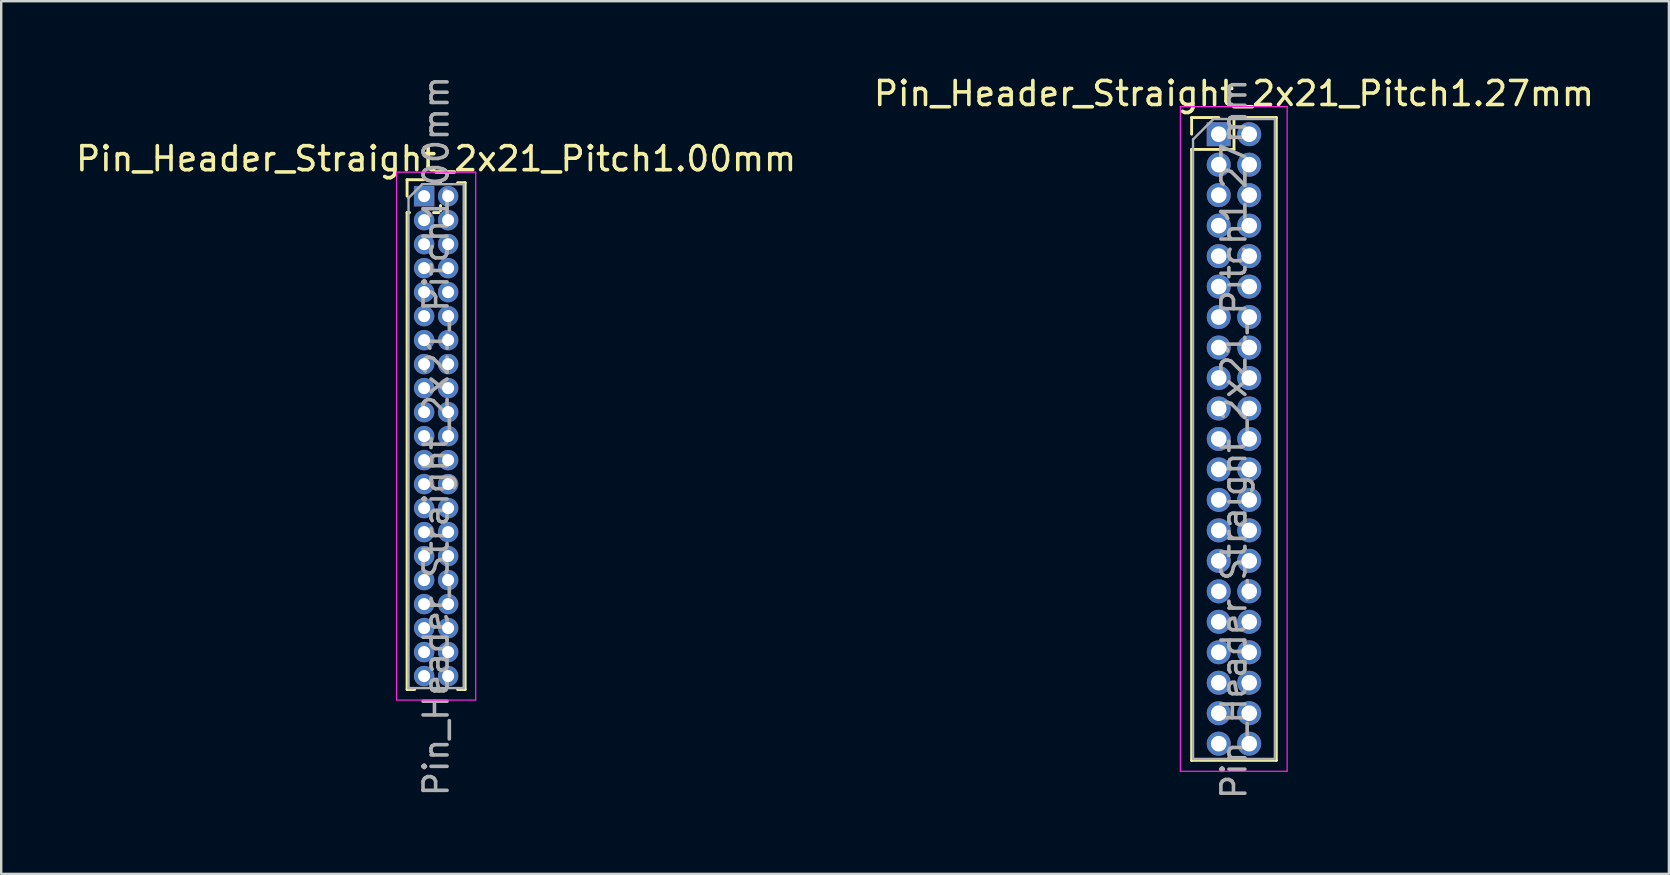
<source format=kicad_pcb>
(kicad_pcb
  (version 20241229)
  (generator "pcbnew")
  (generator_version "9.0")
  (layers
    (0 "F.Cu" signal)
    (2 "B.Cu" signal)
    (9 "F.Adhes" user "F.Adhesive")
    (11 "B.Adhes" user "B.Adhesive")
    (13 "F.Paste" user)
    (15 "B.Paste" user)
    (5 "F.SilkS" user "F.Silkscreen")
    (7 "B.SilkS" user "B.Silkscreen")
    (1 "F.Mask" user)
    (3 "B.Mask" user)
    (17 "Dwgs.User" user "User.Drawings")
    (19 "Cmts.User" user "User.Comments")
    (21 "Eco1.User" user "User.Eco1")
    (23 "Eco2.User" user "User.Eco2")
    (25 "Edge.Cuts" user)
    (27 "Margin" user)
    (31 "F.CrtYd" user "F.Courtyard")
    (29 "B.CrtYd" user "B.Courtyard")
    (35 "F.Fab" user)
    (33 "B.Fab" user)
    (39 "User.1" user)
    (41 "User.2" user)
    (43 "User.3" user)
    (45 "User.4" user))
  (footprint "Pin_Header_Straight_2x21_Pitch1.27mm"
    (layer "F.Cu")
    (at 47.74 2.543)
    (property "Reference" "Pin_Header_Straight_2x21_Pitch1.27mm" (at 0.635 -1.695 0) (layer "F.SilkS") (effects (font (size 1 1) (thickness 0.15))))
    (attr through_hole)
    (fp_line (start -1.13 -0.695) (end 0 -0.695) (stroke (width 0.12) (type solid)) (layer "F.SilkS"))
    (fp_line (start -1.13 0) (end -1.13 -0.695) (stroke (width 0.12) (type solid)) (layer "F.SilkS"))
    (fp_line (start -1.13 0.635) (end -1.13 26.095) (stroke (width 0.12) (type solid)) (layer "F.SilkS"))
    (fp_line (start -1.13 26.095) (end 2.4 26.095) (stroke (width 0.12) (type solid)) (layer "F.SilkS"))
    (fp_line (start 0.635 -0.695) (end 0.635 0.635) (stroke (width 0.12) (type solid)) (layer "F.SilkS"))
    (fp_line (start 0.635 0.635) (end -1.13 0.635) (stroke (width 0.12) (type solid)) (layer "F.SilkS"))
    (fp_line (start 2.4 -0.695) (end 0.635 -0.695) (stroke (width 0.12) (type solid)) (layer "F.SilkS"))
    (fp_line (start 2.4 26.095) (end 2.4 -0.695) (stroke (width 0.12) (type solid)) (layer "F.SilkS"))
    (fp_line (start -1.6 -1.15) (end -1.6 26.55) (stroke (width 0.05) (type solid)) (layer "F.CrtYd"))
    (fp_line (start -1.6 26.55) (end 2.85 26.55) (stroke (width 0.05) (type solid)) (layer "F.CrtYd"))
    (fp_line (start 2.85 -1.15) (end -1.6 -1.15) (stroke (width 0.05) (type solid)) (layer "F.CrtYd"))
    (fp_line (start 2.85 26.55) (end 2.85 -1.15) (stroke (width 0.05) (type solid)) (layer "F.CrtYd"))
    (fp_line (start -1.07 0.217) (end -0.217 -0.635) (stroke (width 0.1) (type solid)) (layer "F.Fab"))
    (fp_line (start -1.07 26.035) (end -1.07 0.217) (stroke (width 0.1) (type solid)) (layer "F.Fab"))
    (fp_line (start -0.217 -0.635) (end 2.34 -0.635) (stroke (width 0.1) (type solid)) (layer "F.Fab"))
    (fp_line (start 2.34 -0.635) (end 2.34 26.035) (stroke (width 0.1) (type solid)) (layer "F.Fab"))
    (fp_line (start 2.34 26.035) (end -1.07 26.035) (stroke (width 0.1) (type solid)) (layer "F.Fab"))
    (fp_text user "${REFERENCE}" (at 0.635 12.7 90) (layer "F.Fab") (effects (font (size 1 1) (thickness 0.15))))
    (pad "1" thru_hole rect (at 0 0) (size 1 1) (drill 0.65) (layers "*.Cu" "*.Mask"))
    (pad "2" thru_hole oval (at 1.27 0) (size 1 1) (drill 0.65) (layers "*.Cu" "*.Mask"))
    (pad "3" thru_hole oval (at 0 1.27) (size 1 1) (drill 0.65) (layers "*.Cu" "*.Mask"))
    (pad "4" thru_hole oval (at 1.27 1.27) (size 1 1) (drill 0.65) (layers "*.Cu" "*.Mask"))
    (pad "5" thru_hole oval (at 0 2.54) (size 1 1) (drill 0.65) (layers "*.Cu" "*.Mask"))
    (pad "6" thru_hole oval (at 1.27 2.54) (size 1 1) (drill 0.65) (layers "*.Cu" "*.Mask"))
    (pad "7" thru_hole oval (at 0 3.81) (size 1 1) (drill 0.65) (layers "*.Cu" "*.Mask"))
    (pad "8" thru_hole oval (at 1.27 3.81) (size 1 1) (drill 0.65) (layers "*.Cu" "*.Mask"))
    (pad "9" thru_hole oval (at 0 5.08) (size 1 1) (drill 0.65) (layers "*.Cu" "*.Mask"))
    (pad "10" thru_hole oval (at 1.27 5.08) (size 1 1) (drill 0.65) (layers "*.Cu" "*.Mask"))
    (pad "11" thru_hole oval (at 0 6.35) (size 1 1) (drill 0.65) (layers "*.Cu" "*.Mask"))
    (pad "12" thru_hole oval (at 1.27 6.35) (size 1 1) (drill 0.65) (layers "*.Cu" "*.Mask"))
    (pad "13" thru_hole oval (at 0 7.62) (size 1 1) (drill 0.65) (layers "*.Cu" "*.Mask"))
    (pad "14" thru_hole oval (at 1.27 7.62) (size 1 1) (drill 0.65) (layers "*.Cu" "*.Mask"))
    (pad "15" thru_hole oval (at 0 8.89) (size 1 1) (drill 0.65) (layers "*.Cu" "*.Mask"))
    (pad "16" thru_hole oval (at 1.27 8.89) (size 1 1) (drill 0.65) (layers "*.Cu" "*.Mask"))
    (pad "17" thru_hole oval (at 0 10.16) (size 1 1) (drill 0.65) (layers "*.Cu" "*.Mask"))
    (pad "18" thru_hole oval (at 1.27 10.16) (size 1 1) (drill 0.65) (layers "*.Cu" "*.Mask"))
    (pad "19" thru_hole oval (at 0 11.43) (size 1 1) (drill 0.65) (layers "*.Cu" "*.Mask"))
    (pad "20" thru_hole oval (at 1.27 11.43) (size 1 1) (drill 0.65) (layers "*.Cu" "*.Mask"))
    (pad "21" thru_hole oval (at 0 12.7) (size 1 1) (drill 0.65) (layers "*.Cu" "*.Mask"))
    (pad "22" thru_hole oval (at 1.27 12.7) (size 1 1) (drill 0.65) (layers "*.Cu" "*.Mask"))
    (pad "23" thru_hole oval (at 0 13.97) (size 1 1) (drill 0.65) (layers "*.Cu" "*.Mask"))
    (pad "24" thru_hole oval (at 1.27 13.97) (size 1 1) (drill 0.65) (layers "*.Cu" "*.Mask"))
    (pad "25" thru_hole oval (at 0 15.24) (size 1 1) (drill 0.65) (layers "*.Cu" "*.Mask"))
    (pad "26" thru_hole oval (at 1.27 15.24) (size 1 1) (drill 0.65) (layers "*.Cu" "*.Mask"))
    (pad "27" thru_hole oval (at 0 16.51) (size 1 1) (drill 0.65) (layers "*.Cu" "*.Mask"))
    (pad "28" thru_hole oval (at 1.27 16.51) (size 1 1) (drill 0.65) (layers "*.Cu" "*.Mask"))
    (pad "29" thru_hole oval (at 0 17.78) (size 1 1) (drill 0.65) (layers "*.Cu" "*.Mask"))
    (pad "30" thru_hole oval (at 1.27 17.78) (size 1 1) (drill 0.65) (layers "*.Cu" "*.Mask"))
    (pad "31" thru_hole oval (at 0 19.05) (size 1 1) (drill 0.65) (layers "*.Cu" "*.Mask"))
    (pad "32" thru_hole oval (at 1.27 19.05) (size 1 1) (drill 0.65) (layers "*.Cu" "*.Mask"))
    (pad "33" thru_hole oval (at 0 20.32) (size 1 1) (drill 0.65) (layers "*.Cu" "*.Mask"))
    (pad "34" thru_hole oval (at 1.27 20.32) (size 1 1) (drill 0.65) (layers "*.Cu" "*.Mask"))
    (pad "35" thru_hole oval (at 0 21.59) (size 1 1) (drill 0.65) (layers "*.Cu" "*.Mask"))
    (pad "36" thru_hole oval (at 1.27 21.59) (size 1 1) (drill 0.65) (layers "*.Cu" "*.Mask"))
    (pad "37" thru_hole oval (at 0 22.86) (size 1 1) (drill 0.65) (layers "*.Cu" "*.Mask"))
    (pad "38" thru_hole oval (at 1.27 22.86) (size 1 1) (drill 0.65) (layers "*.Cu" "*.Mask"))
    (pad "39" thru_hole oval (at 0 24.13) (size 1 1) (drill 0.65) (layers "*.Cu" "*.Mask"))
    (pad "40" thru_hole oval (at 1.27 24.13) (size 1 1) (drill 0.65) (layers "*.Cu" "*.Mask"))
    (pad "41" thru_hole oval (at 0 25.4) (size 1 1) (drill 0.65) (layers "*.Cu" "*.Mask"))
    (pad "42" thru_hole oval (at 1.27 25.4) (size 1 1) (drill 0.65) (layers "*.Cu" "*.Mask")))
  (footprint "Pin_Header_Straight_2x21_Pitch1.00mm"
    (layer "F.Cu")
    (at 14.625 5.125)
    (property "Reference" "Pin_Header_Straight_2x21_Pitch1.00mm" (at 0.5 -1.56 0) (layer "F.SilkS") (effects (font (size 1 1) (thickness 0.15))))
    (attr through_hole)
    (fp_line (start -0.71 -0.685) (end 0 -0.685) (stroke (width 0.12) (type solid)) (layer "F.SilkS"))
    (fp_line (start -0.71 0) (end -0.71 -0.685) (stroke (width 0.12) (type solid)) (layer "F.SilkS"))
    (fp_line (start -0.71 0.685) (end -0.71 20.56) (stroke (width 0.12) (type solid)) (layer "F.SilkS"))
    (fp_line (start -0.71 0.685) (end -0.608 0.685) (stroke (width 0.12) (type solid)) (layer "F.SilkS"))
    (fp_line (start -0.71 20.56) (end -0.394 20.56) (stroke (width 0.12) (type solid)) (layer "F.SilkS"))
    (fp_line (start 0.394 20.56) (end 0.606 20.56) (stroke (width 0.12) (type solid)) (layer "F.SilkS"))
    (fp_line (start 0.608 0.685) (end 0.392 0.685) (stroke (width 0.12) (type solid)) (layer "F.SilkS"))
    (fp_line (start 0.685 -0.608) (end 0.685 -0.56) (stroke (width 0.12) (type solid)) (layer "F.SilkS"))
    (fp_line (start 0.685 -0.56) (end 0.606 -0.56) (stroke (width 0.12) (type solid)) (layer "F.SilkS"))
    (fp_line (start 0.685 0.392) (end 0.685 0.608) (stroke (width 0.12) (type solid)) (layer "F.SilkS"))
    (fp_line (start 1.394 -0.56) (end 1.71 -0.56) (stroke (width 0.12) (type solid)) (layer "F.SilkS"))
    (fp_line (start 1.394 20.56) (end 1.71 20.56) (stroke (width 0.12) (type solid)) (layer "F.SilkS"))
    (fp_line (start 1.71 -0.56) (end 1.71 20.56) (stroke (width 0.12) (type solid)) (layer "F.SilkS"))
    (fp_line (start -1.15 -1) (end -1.15 21) (stroke (width 0.05) (type solid)) (layer "F.CrtYd"))
    (fp_line (start -1.15 21) (end 2.15 21) (stroke (width 0.05) (type solid)) (layer "F.CrtYd"))
    (fp_line (start 2.15 -1) (end -1.15 -1) (stroke (width 0.05) (type solid)) (layer "F.CrtYd"))
    (fp_line (start 2.15 21) (end 2.15 -1) (stroke (width 0.05) (type solid)) (layer "F.CrtYd"))
    (fp_line (start -0.65 0.075) (end -0.075 -0.5) (stroke (width 0.1) (type solid)) (layer "F.Fab"))
    (fp_line (start -0.65 20.5) (end -0.65 0.075) (stroke (width 0.1) (type solid)) (layer "F.Fab"))
    (fp_line (start -0.075 -0.5) (end 1.65 -0.5) (stroke (width 0.1) (type solid)) (layer "F.Fab"))
    (fp_line (start 1.65 -0.5) (end 1.65 20.5) (stroke (width 0.1) (type solid)) (layer "F.Fab"))
    (fp_line (start 1.65 20.5) (end -0.65 20.5) (stroke (width 0.1) (type solid)) (layer "F.Fab"))
    (fp_text user "${REFERENCE}" (at 0.5 10 90) (layer "F.Fab") (effects (font (size 1 1) (thickness 0.15))))
    (pad "1" thru_hole rect (at 0 0) (size 0.85 0.85) (drill 0.5) (layers "*.Cu" "*.Mask"))
    (pad "2" thru_hole oval (at 1 0) (size 0.85 0.85) (drill 0.5) (layers "*.Cu" "*.Mask"))
    (pad "3" thru_hole oval (at 0 1) (size 0.85 0.85) (drill 0.5) (layers "*.Cu" "*.Mask"))
    (pad "4" thru_hole oval (at 1 1) (size 0.85 0.85) (drill 0.5) (layers "*.Cu" "*.Mask"))
    (pad "5" thru_hole oval (at 0 2) (size 0.85 0.85) (drill 0.5) (layers "*.Cu" "*.Mask"))
    (pad "6" thru_hole oval (at 1 2) (size 0.85 0.85) (drill 0.5) (layers "*.Cu" "*.Mask"))
    (pad "7" thru_hole oval (at 0 3) (size 0.85 0.85) (drill 0.5) (layers "*.Cu" "*.Mask"))
    (pad "8" thru_hole oval (at 1 3) (size 0.85 0.85) (drill 0.5) (layers "*.Cu" "*.Mask"))
    (pad "9" thru_hole oval (at 0 4) (size 0.85 0.85) (drill 0.5) (layers "*.Cu" "*.Mask"))
    (pad "10" thru_hole oval (at 1 4) (size 0.85 0.85) (drill 0.5) (layers "*.Cu" "*.Mask"))
    (pad "11" thru_hole oval (at 0 5) (size 0.85 0.85) (drill 0.5) (layers "*.Cu" "*.Mask"))
    (pad "12" thru_hole oval (at 1 5) (size 0.85 0.85) (drill 0.5) (layers "*.Cu" "*.Mask"))
    (pad "13" thru_hole oval (at 0 6) (size 0.85 0.85) (drill 0.5) (layers "*.Cu" "*.Mask"))
    (pad "14" thru_hole oval (at 1 6) (size 0.85 0.85) (drill 0.5) (layers "*.Cu" "*.Mask"))
    (pad "15" thru_hole oval (at 0 7) (size 0.85 0.85) (drill 0.5) (layers "*.Cu" "*.Mask"))
    (pad "16" thru_hole oval (at 1 7) (size 0.85 0.85) (drill 0.5) (layers "*.Cu" "*.Mask"))
    (pad "17" thru_hole oval (at 0 8) (size 0.85 0.85) (drill 0.5) (layers "*.Cu" "*.Mask"))
    (pad "18" thru_hole oval (at 1 8) (size 0.85 0.85) (drill 0.5) (layers "*.Cu" "*.Mask"))
    (pad "19" thru_hole oval (at 0 9) (size 0.85 0.85) (drill 0.5) (layers "*.Cu" "*.Mask"))
    (pad "20" thru_hole oval (at 1 9) (size 0.85 0.85) (drill 0.5) (layers "*.Cu" "*.Mask"))
    (pad "21" thru_hole oval (at 0 10) (size 0.85 0.85) (drill 0.5) (layers "*.Cu" "*.Mask"))
    (pad "22" thru_hole oval (at 1 10) (size 0.85 0.85) (drill 0.5) (layers "*.Cu" "*.Mask"))
    (pad "23" thru_hole oval (at 0 11) (size 0.85 0.85) (drill 0.5) (layers "*.Cu" "*.Mask"))
    (pad "24" thru_hole oval (at 1 11) (size 0.85 0.85) (drill 0.5) (layers "*.Cu" "*.Mask"))
    (pad "25" thru_hole oval (at 0 12) (size 0.85 0.85) (drill 0.5) (layers "*.Cu" "*.Mask"))
    (pad "26" thru_hole oval (at 1 12) (size 0.85 0.85) (drill 0.5) (layers "*.Cu" "*.Mask"))
    (pad "27" thru_hole oval (at 0 13) (size 0.85 0.85) (drill 0.5) (layers "*.Cu" "*.Mask"))
    (pad "28" thru_hole oval (at 1 13) (size 0.85 0.85) (drill 0.5) (layers "*.Cu" "*.Mask"))
    (pad "29" thru_hole oval (at 0 14) (size 0.85 0.85) (drill 0.5) (layers "*.Cu" "*.Mask"))
    (pad "30" thru_hole oval (at 1 14) (size 0.85 0.85) (drill 0.5) (layers "*.Cu" "*.Mask"))
    (pad "31" thru_hole oval (at 0 15) (size 0.85 0.85) (drill 0.5) (layers "*.Cu" "*.Mask"))
    (pad "32" thru_hole oval (at 1 15) (size 0.85 0.85) (drill 0.5) (layers "*.Cu" "*.Mask"))
    (pad "33" thru_hole oval (at 0 16) (size 0.85 0.85) (drill 0.5) (layers "*.Cu" "*.Mask"))
    (pad "34" thru_hole oval (at 1 16) (size 0.85 0.85) (drill 0.5) (layers "*.Cu" "*.Mask"))
    (pad "35" thru_hole oval (at 0 17) (size 0.85 0.85) (drill 0.5) (layers "*.Cu" "*.Mask"))
    (pad "36" thru_hole oval (at 1 17) (size 0.85 0.85) (drill 0.5) (layers "*.Cu" "*.Mask"))
    (pad "37" thru_hole oval (at 0 18) (size 0.85 0.85) (drill 0.5) (layers "*.Cu" "*.Mask"))
    (pad "38" thru_hole oval (at 1 18) (size 0.85 0.85) (drill 0.5) (layers "*.Cu" "*.Mask"))
    (pad "39" thru_hole oval (at 0 19) (size 0.85 0.85) (drill 0.5) (layers "*.Cu" "*.Mask"))
    (pad "40" thru_hole oval (at 1 19) (size 0.85 0.85) (drill 0.5) (layers "*.Cu" "*.Mask"))
    (pad "41" thru_hole oval (at 0 20) (size 0.85 0.85) (drill 0.5) (layers "*.Cu" "*.Mask"))
    (pad "42" thru_hole oval (at 1 20) (size 0.85 0.85) (drill 0.5) (layers "*.Cu" "*.Mask")))
  (gr_rect
    (start -3 -3)
    (end 66.5 33.368)
    (stroke (width 0.1) (type default))
    (fill no)
    (layer "Edge.Cuts")))
</source>
